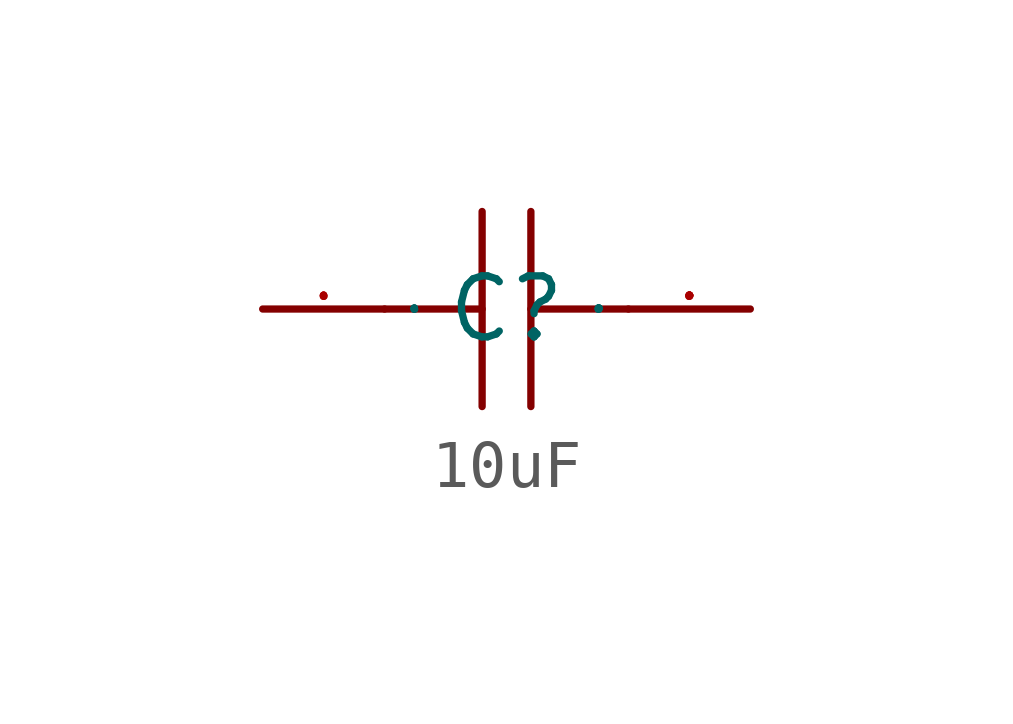
<source format=kicad_sym>
(kicad_symbol_lib
  (version 20231120)
  (generator "kicad_symbol_editor")
  (generator_version "8.0")
  (symbol "10uF"
    (property "Reference" "C"
      (at 0 0 0)
      (effects (font (size 1.27 1.27))))
    (property "Value" ""
      (at 0 0 0)
      (effects (font (size 1.27 1.27))))
    (symbol "10uF_1_0"
      (polyline (pts (xy -0.508 -2.032) (xy -0.508 2.032)) (stroke (width 0) (type default)) (fill (type none)))
      (polyline (pts (xy -0.508 0) (xy -2.54 0)) (stroke (width 0) (type default)) (fill (type none)))
      (polyline (pts (xy 0.508 2.032) (xy 0.508 -2.032)) (stroke (width 0) (type default)) (fill (type none)))
      (polyline (pts (xy 2.54 0) (xy 0.508 0)) (stroke (width 0) (type default)) (fill (type none)))
      (pin unspecified line (at -5.08 0 0) (length 2.54) (name "1" (effects (font (size 0.025 0.025)))) (number "1" (effects (font (size 0.025 0.025)))))
      (pin unspecified line (at 5.08 0 180) (length 2.54) (name "2" (effects (font (size 0.025 0.025)))) (number "2" (effects (font (size 0.025 0.025))))))))
</source>
